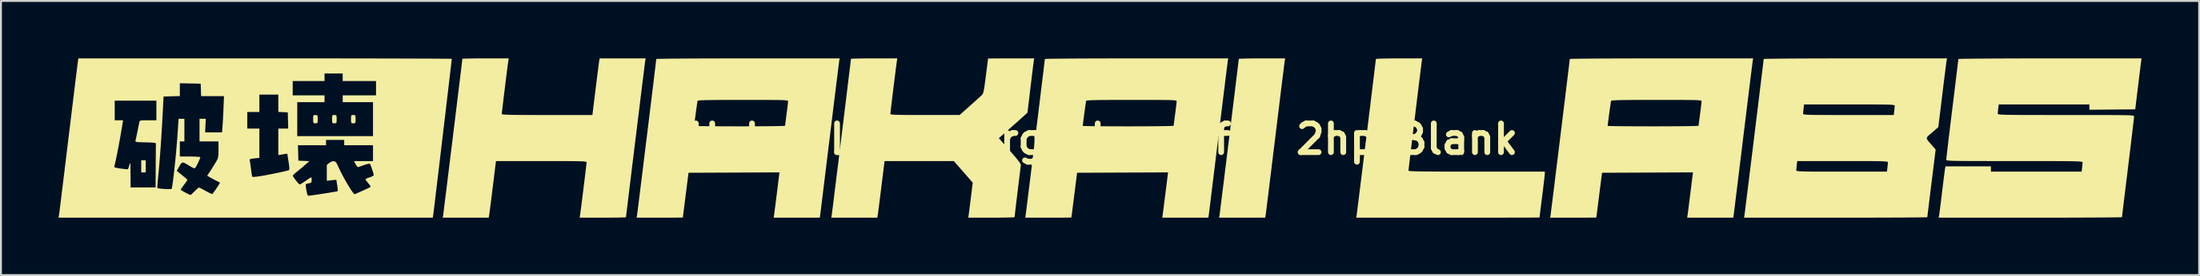
<source format=kicad_pcb>
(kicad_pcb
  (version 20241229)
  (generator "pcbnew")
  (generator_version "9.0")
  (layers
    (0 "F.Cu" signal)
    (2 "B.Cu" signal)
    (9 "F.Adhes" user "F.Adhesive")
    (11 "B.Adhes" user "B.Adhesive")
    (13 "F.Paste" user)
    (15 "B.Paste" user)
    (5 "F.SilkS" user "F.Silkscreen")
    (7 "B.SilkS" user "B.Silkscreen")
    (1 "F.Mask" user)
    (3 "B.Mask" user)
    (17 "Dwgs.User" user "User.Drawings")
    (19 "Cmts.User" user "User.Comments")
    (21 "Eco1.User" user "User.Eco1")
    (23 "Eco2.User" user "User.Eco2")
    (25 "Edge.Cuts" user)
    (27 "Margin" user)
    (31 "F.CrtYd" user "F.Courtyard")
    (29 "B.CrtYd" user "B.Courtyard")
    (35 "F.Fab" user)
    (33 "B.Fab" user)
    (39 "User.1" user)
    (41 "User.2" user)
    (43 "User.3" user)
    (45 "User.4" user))
  (footprint "Hakai Labs Large Logo for 2hp Blank"
    (layer "F.Cu")
    (at 54.393 4.22)
    (property "Reference" "Hakai Labs Large Logo for 2hp Blank" (at 0 0 0) (layer "F.SilkS") (effects (font (size 1.5 1.5) (thickness 0.3))))
    (attr board_only exclude_from_pos_files exclude_from_bom)
    (fp_poly (pts (xy -49.853 1.42) (xy -49.853 1.735) (xy -49.972 1.735) (xy -50.09 1.735) (xy -50.09 1.42) (xy -50.09 1.104) (xy -49.972 1.104) (xy -49.853 1.104)) (stroke (width 0) (type solid)) (fill yes) (layer "F.SilkS"))
    (fp_poly (pts (xy -40.951 -1.258) (xy -40.916 -1.235) (xy -40.902 -1.171) (xy -40.9 -1.049) (xy -40.9 -1.045) (xy -40.902 -0.921) (xy -40.915 -0.857) (xy -40.95 -0.832) (xy -41.017 -0.828) (xy -41.019 -0.828) (xy -41.086 -0.832) (xy -41.121 -0.856) (xy -41.135 -0.919) (xy -41.137 -1.042) (xy -41.137 -1.045) (xy -41.135 -1.169) (xy -41.122 -1.234) (xy -41.087 -1.258) (xy -41.02 -1.262) (xy -41.019 -1.262)) (stroke (width 0) (type solid)) (fill yes) (layer "F.SilkS"))
    (fp_poly (pts (xy -39.965 -1.258) (xy -39.93 -1.235) (xy -39.916 -1.171) (xy -39.914 -1.049) (xy -39.914 -1.045) (xy -39.916 -0.921) (xy -39.929 -0.857) (xy -39.964 -0.832) (xy -40.031 -0.828) (xy -40.033 -0.828) (xy -40.1 -0.832) (xy -40.135 -0.856) (xy -40.149 -0.919) (xy -40.151 -1.042) (xy -40.151 -1.045) (xy -40.149 -1.169) (xy -40.136 -1.234) (xy -40.101 -1.258) (xy -40.034 -1.262) (xy -40.033 -1.262)) (stroke (width 0) (type solid)) (fill yes) (layer "F.SilkS"))
    (fp_poly (pts (xy -38.979 -1.258) (xy -38.944 -1.235) (xy -38.93 -1.171) (xy -38.928 -1.049) (xy -38.928 -1.045) (xy -38.93 -0.921) (xy -38.943 -0.857) (xy -38.978 -0.832) (xy -39.045 -0.828) (xy -39.047 -0.828) (xy -39.114 -0.832) (xy -39.149 -0.856) (xy -39.163 -0.919) (xy -39.165 -1.042) (xy -39.165 -1.045) (xy -39.163 -1.169) (xy -39.15 -1.234) (xy -39.115 -1.258) (xy -39.048 -1.262) (xy -39.047 -1.262)) (stroke (width 0) (type solid)) (fill yes) (layer "F.SilkS"))
    (fp_poly (pts (xy 9.45 -4.072) (xy 9.442 -4.013) (xy 9.425 -3.881) (xy 9.4 -3.681) (xy 9.368 -3.42) (xy 9.328 -3.103) (xy 9.283 -2.735) (xy 9.232 -2.322) (xy 9.177 -1.869) (xy 9.117 -1.383) (xy 9.054 -0.867) (xy 8.988 -0.329) (xy 8.953 -0.039) (xy 8.886 0.508) (xy 8.822 1.035) (xy 8.761 1.536) (xy 8.703 2.006) (xy 8.65 2.439) (xy 8.602 2.829) (xy 8.559 3.172) (xy 8.523 3.461) (xy 8.495 3.691) (xy 8.474 3.857) (xy 8.461 3.953) (xy 8.458 3.974) (xy 8.437 4.102) (xy 7.237 4.102) (xy 6.036 4.102) (xy 6.056 3.993) (xy 6.063 3.942) (xy 6.079 3.819) (xy 6.102 3.631) (xy 6.133 3.384) (xy 6.17 3.085) (xy 6.213 2.74) (xy 6.261 2.355) (xy 6.312 1.936) (xy 6.367 1.491) (xy 6.425 1.024) (xy 6.484 0.543) (xy 6.544 0.053) (xy 6.604 -0.438) (xy 6.664 -0.925) (xy 6.722 -1.401) (xy 6.778 -1.861) (xy 6.832 -2.297) (xy 6.881 -2.703) (xy 6.926 -3.074) (xy 6.966 -3.402) (xy 7 -3.682) (xy 7.027 -3.907) (xy 7.046 -4.071) (xy 7.058 -4.167) (xy 7.06 -4.191) (xy 7.098 -4.198) (xy 7.205 -4.205) (xy 7.372 -4.211) (xy 7.589 -4.215) (xy 7.847 -4.218) (xy 8.136 -4.22) (xy 8.266 -4.22) (xy 9.473 -4.22)) (stroke (width 0) (type solid)) (fill yes) (layer "F.SilkS"))
    (fp_poly (pts (xy 16.586 -4.053) (xy 16.575 -3.968) (xy 16.556 -3.817) (xy 16.53 -3.607) (xy 16.498 -3.346) (xy 16.46 -3.04) (xy 16.418 -2.699) (xy 16.373 -2.328) (xy 16.325 -1.937) (xy 16.276 -1.532) (xy 16.226 -1.121) (xy 16.177 -0.712) (xy 16.128 -0.312) (xy 16.082 0.071) (xy 16.039 0.43) (xy 16 0.757) (xy 15.965 1.044) (xy 15.937 1.284) (xy 15.915 1.469) (xy 15.901 1.592) (xy 15.895 1.645) (xy 15.895 1.647) (xy 15.909 1.655) (xy 15.956 1.663) (xy 16.039 1.67) (xy 16.162 1.676) (xy 16.329 1.681) (xy 16.544 1.685) (xy 16.811 1.688) (xy 17.135 1.691) (xy 17.519 1.693) (xy 17.968 1.695) (xy 18.485 1.695) (xy 19.074 1.696) (xy 19.444 1.696) (xy 22.994 1.696) (xy 22.994 1.804) (xy 22.989 1.871) (xy 22.975 2.005) (xy 22.954 2.194) (xy 22.926 2.428) (xy 22.894 2.694) (xy 22.858 2.983) (xy 22.856 2.998) (xy 22.82 3.28) (xy 22.788 3.536) (xy 22.76 3.756) (xy 22.739 3.928) (xy 22.724 4.043) (xy 22.718 4.091) (xy 22.718 4.092) (xy 22.68 4.093) (xy 22.567 4.094) (xy 22.385 4.096) (xy 22.138 4.097) (xy 21.832 4.098) (xy 21.471 4.099) (xy 21.06 4.099) (xy 20.603 4.1) (xy 20.107 4.101) (xy 19.574 4.101) (xy 19.011 4.102) (xy 18.421 4.102) (xy 17.947 4.102) (xy 13.175 4.102) (xy 13.195 3.993) (xy 13.202 3.941) (xy 13.218 3.818) (xy 13.241 3.629) (xy 13.272 3.382) (xy 13.31 3.083) (xy 13.352 2.737) (xy 13.4 2.351) (xy 13.452 1.933) (xy 13.507 1.487) (xy 13.564 1.02) (xy 13.624 0.538) (xy 13.684 0.049) (xy 13.744 -0.442) (xy 13.804 -0.929) (xy 13.862 -1.405) (xy 13.918 -1.865) (xy 13.971 -2.3) (xy 14.021 -2.706) (xy 14.066 -3.076) (xy 14.106 -3.404) (xy 14.139 -3.683) (xy 14.166 -3.907) (xy 14.186 -4.069) (xy 14.196 -4.164) (xy 14.199 -4.187) (xy 14.237 -4.195) (xy 14.344 -4.203) (xy 14.511 -4.209) (xy 14.728 -4.214) (xy 14.986 -4.218) (xy 15.275 -4.22) (xy 15.404 -4.22) (xy 16.609 -4.22)) (stroke (width 0) (type solid)) (fill yes) (layer "F.SilkS"))
    (fp_poly (pts (xy -30.978 -4.072) (xy -30.989 -3.989) (xy -31.009 -3.844) (xy -31.034 -3.648) (xy -31.064 -3.412) (xy -31.097 -3.148) (xy -31.132 -2.866) (xy -31.167 -2.578) (xy -31.202 -2.294) (xy -31.234 -2.026) (xy -31.263 -1.786) (xy -31.287 -1.584) (xy -31.305 -1.431) (xy -31.314 -1.338) (xy -31.316 -1.317) (xy -31.306 -1.305) (xy -31.272 -1.295) (xy -31.208 -1.287) (xy -31.109 -1.28) (xy -30.97 -1.275) (xy -30.785 -1.27) (xy -30.549 -1.267) (xy -30.256 -1.265) (xy -29.9 -1.263) (xy -29.477 -1.262) (xy -28.981 -1.262) (xy -28.957 -1.262) (xy -26.597 -1.262) (xy -26.431 -2.613) (xy -26.391 -2.936) (xy -26.353 -3.239) (xy -26.318 -3.512) (xy -26.288 -3.744) (xy -26.265 -3.926) (xy -26.248 -4.047) (xy -26.242 -4.092) (xy -26.219 -4.22) (xy -25.022 -4.22) (xy -23.824 -4.22) (xy -23.844 -4.112) (xy -23.851 -4.061) (xy -23.866 -3.939) (xy -23.89 -3.752) (xy -23.92 -3.506) (xy -23.957 -3.207) (xy -24 -2.862) (xy -24.048 -2.478) (xy -24.099 -2.06) (xy -24.154 -1.614) (xy -24.211 -1.148) (xy -24.27 -0.667) (xy -24.33 -0.177) (xy -24.391 0.314) (xy -24.45 0.801) (xy -24.509 1.278) (xy -24.565 1.738) (xy -24.618 2.174) (xy -24.668 2.581) (xy -24.713 2.953) (xy -24.753 3.282) (xy -24.787 3.563) (xy -24.814 3.789) (xy -24.834 3.954) (xy -24.845 4.052) (xy -24.848 4.077) (xy -24.886 4.083) (xy -24.993 4.089) (xy -25.16 4.094) (xy -25.377 4.098) (xy -25.635 4.1) (xy -25.924 4.102) (xy -26.054 4.102) (xy -27.261 4.102) (xy -27.237 3.954) (xy -27.225 3.864) (xy -27.205 3.714) (xy -27.179 3.513) (xy -27.148 3.274) (xy -27.115 3.007) (xy -27.08 2.724) (xy -27.044 2.435) (xy -27.009 2.153) (xy -26.977 1.888) (xy -26.949 1.651) (xy -26.925 1.453) (xy -26.909 1.307) (xy -26.9 1.222) (xy -26.899 1.207) (xy -26.904 1.194) (xy -26.925 1.183) (xy -26.966 1.173) (xy -27.033 1.165) (xy -27.132 1.159) (xy -27.27 1.154) (xy -27.451 1.15) (xy -27.682 1.148) (xy -27.968 1.146) (xy -28.315 1.145) (xy -28.729 1.144) (xy -29.216 1.144) (xy -29.258 1.144) (xy -31.618 1.144) (xy -31.784 2.495) (xy -31.824 2.818) (xy -31.862 3.121) (xy -31.897 3.394) (xy -31.926 3.626) (xy -31.95 3.808) (xy -31.966 3.929) (xy -31.973 3.974) (xy -31.995 4.102) (xy -33.193 4.102) (xy -34.391 4.102) (xy -34.371 3.993) (xy -34.364 3.943) (xy -34.349 3.821) (xy -34.325 3.633) (xy -34.295 3.387) (xy -34.258 3.089) (xy -34.215 2.744) (xy -34.167 2.36) (xy -34.116 1.941) (xy -34.061 1.496) (xy -34.004 1.03) (xy -33.944 0.548) (xy -33.884 0.059) (xy -33.824 -0.432) (xy -33.764 -0.92) (xy -33.706 -1.396) (xy -33.65 -1.856) (xy -33.597 -2.293) (xy -33.547 -2.7) (xy -33.502 -3.071) (xy -33.462 -3.4) (xy -33.428 -3.681) (xy -33.401 -3.907) (xy -33.381 -4.073) (xy -33.37 -4.17) (xy -33.367 -4.196) (xy -33.329 -4.202) (xy -33.222 -4.207) (xy -33.055 -4.212) (xy -32.838 -4.216) (xy -32.58 -4.219) (xy -32.291 -4.22) (xy -32.161 -4.22) (xy -30.954 -4.22)) (stroke (width 0) (type solid)) (fill yes) (layer "F.SilkS"))
    (fp_poly (pts (xy -10.744 -4.072) (xy -10.756 -3.989) (xy -10.775 -3.844) (xy -10.801 -3.648) (xy -10.83 -3.412) (xy -10.863 -3.148) (xy -10.898 -2.866) (xy -10.934 -2.578) (xy -10.969 -2.294) (xy -11.001 -2.026) (xy -11.03 -1.786) (xy -11.054 -1.584) (xy -11.071 -1.431) (xy -11.081 -1.338) (xy -11.083 -1.317) (xy -11.072 -1.304) (xy -11.036 -1.293) (xy -10.969 -1.284) (xy -10.863 -1.277) (xy -10.714 -1.271) (xy -10.515 -1.268) (xy -10.259 -1.265) (xy -9.94 -1.263) (xy -9.553 -1.263) (xy -9.278 -1.263) (xy -7.474 -1.264) (xy -6.942 -1.739) (xy -6.764 -1.898) (xy -6.6 -2.045) (xy -6.463 -2.17) (xy -6.363 -2.261) (xy -6.317 -2.304) (xy -6.286 -2.34) (xy -6.26 -2.388) (xy -6.237 -2.459) (xy -6.214 -2.562) (xy -6.189 -2.708) (xy -6.161 -2.908) (xy -6.126 -3.172) (xy -6.11 -3.298) (xy -6.077 -3.555) (xy -6.048 -3.784) (xy -6.024 -3.975) (xy -6.007 -4.116) (xy -5.997 -4.196) (xy -5.995 -4.21) (xy -5.957 -4.213) (xy -5.85 -4.215) (xy -5.683 -4.217) (xy -5.466 -4.218) (xy -5.208 -4.22) (xy -4.919 -4.22) (xy -4.793 -4.22) (xy -3.591 -4.22) (xy -3.61 -4.112) (xy -3.619 -4.047) (xy -3.637 -3.915) (xy -3.661 -3.724) (xy -3.69 -3.485) (xy -3.724 -3.208) (xy -3.761 -2.904) (xy -3.786 -2.693) (xy -3.943 -1.383) (xy -4.111 -1.23) (xy -4.195 -1.155) (xy -4.324 -1.038) (xy -4.487 -0.893) (xy -4.67 -0.729) (xy -4.856 -0.564) (xy -5.433 -0.051) (xy -4.853 0.611) (xy -4.647 0.848) (xy -4.492 1.033) (xy -4.384 1.172) (xy -4.317 1.271) (xy -4.288 1.335) (xy -4.286 1.356) (xy -4.294 1.415) (xy -4.31 1.54) (xy -4.332 1.718) (xy -4.36 1.939) (xy -4.391 2.192) (xy -4.424 2.466) (xy -4.458 2.75) (xy -4.492 3.032) (xy -4.525 3.302) (xy -4.554 3.547) (xy -4.579 3.759) (xy -4.598 3.924) (xy -4.611 4.032) (xy -4.615 4.072) (xy -4.652 4.08) (xy -4.76 4.086) (xy -4.927 4.092) (xy -5.144 4.097) (xy -5.402 4.1) (xy -5.691 4.102) (xy -5.82 4.102) (xy -7.025 4.102) (xy -7.001 3.934) (xy -6.989 3.842) (xy -6.969 3.687) (xy -6.943 3.486) (xy -6.914 3.253) (xy -6.885 3.019) (xy -6.794 2.271) (xy -7.285 1.707) (xy -7.776 1.144) (xy -9.58 1.144) (xy -11.384 1.144) (xy -11.551 2.495) (xy -11.591 2.818) (xy -11.629 3.121) (xy -11.663 3.394) (xy -11.693 3.626) (xy -11.717 3.808) (xy -11.733 3.929) (xy -11.74 3.974) (xy -11.762 4.102) (xy -12.96 4.102) (xy -14.157 4.102) (xy -14.138 3.993) (xy -14.131 3.943) (xy -14.116 3.821) (xy -14.092 3.633) (xy -14.061 3.387) (xy -14.024 3.089) (xy -13.982 2.744) (xy -13.934 2.36) (xy -13.883 1.941) (xy -13.828 1.496) (xy -13.77 1.03) (xy -13.711 0.548) (xy -13.651 0.059) (xy -13.591 -0.432) (xy -13.531 -0.92) (xy -13.473 -1.396) (xy -13.417 -1.856) (xy -13.363 -2.293) (xy -13.314 -2.7) (xy -13.269 -3.071) (xy -13.229 -3.4) (xy -13.195 -3.681) (xy -13.167 -3.907) (xy -13.148 -4.073) (xy -13.136 -4.17) (xy -13.134 -4.196) (xy -13.096 -4.202) (xy -12.989 -4.207) (xy -12.822 -4.212) (xy -12.605 -4.216) (xy -12.347 -4.219) (xy -12.058 -4.22) (xy -11.927 -4.22) (xy -10.721 -4.22)) (stroke (width 0) (type solid)) (fill yes) (layer "F.SilkS"))
    (fp_poly (pts (xy -13.744 -4.092) (xy -13.752 -4.035) (xy -13.768 -3.906) (xy -13.793 -3.709) (xy -13.825 -3.451) (xy -13.864 -3.136) (xy -13.91 -2.771) (xy -13.96 -2.36) (xy -14.016 -1.909) (xy -14.075 -1.425) (xy -14.138 -0.911) (xy -14.204 -0.375) (xy -14.237 -0.099) (xy -14.304 0.449) (xy -14.369 0.976) (xy -14.43 1.478) (xy -14.488 1.949) (xy -14.541 2.384) (xy -14.589 2.776) (xy -14.631 3.121) (xy -14.667 3.413) (xy -14.696 3.646) (xy -14.717 3.815) (xy -14.73 3.913) (xy -14.732 3.934) (xy -14.756 4.102) (xy -15.957 4.102) (xy -17.158 4.102) (xy -17.135 3.954) (xy -17.125 3.875) (xy -17.106 3.731) (xy -17.08 3.532) (xy -17.05 3.292) (xy -17.016 3.022) (xy -16.984 2.77) (xy -16.856 1.735) (xy -19.224 1.745) (xy -21.592 1.755) (xy -21.739 2.919) (xy -21.776 3.212) (xy -21.81 3.479) (xy -21.839 3.709) (xy -21.863 3.894) (xy -21.879 4.023) (xy -21.887 4.087) (xy -21.888 4.092) (xy -21.926 4.094) (xy -22.034 4.097) (xy -22.201 4.099) (xy -22.419 4.1) (xy -22.677 4.101) (xy -22.966 4.102) (xy -23.092 4.102) (xy -24.294 4.102) (xy -24.274 3.993) (xy -24.267 3.942) (xy -24.251 3.818) (xy -24.228 3.63) (xy -24.197 3.383) (xy -24.16 3.084) (xy -24.117 2.738) (xy -24.069 2.353) (xy -24.017 1.934) (xy -23.962 1.489) (xy -23.905 1.022) (xy -23.846 0.541) (xy -23.786 0.051) (xy -23.725 -0.44) (xy -23.694 -0.694) (xy -21.298 -0.694) (xy -21.26 -0.69) (xy -21.149 -0.686) (xy -20.974 -0.682) (xy -20.74 -0.679) (xy -20.454 -0.676) (xy -20.124 -0.674) (xy -19.755 -0.672) (xy -19.356 -0.671) (xy -18.932 -0.67) (xy -18.932 -0.67) (xy -18.508 -0.671) (xy -18.108 -0.672) (xy -17.74 -0.675) (xy -17.409 -0.677) (xy -17.123 -0.681) (xy -16.889 -0.685) (xy -16.714 -0.69) (xy -16.603 -0.695) (xy -16.565 -0.7) (xy -16.56 -0.748) (xy -16.546 -0.859) (xy -16.525 -1.02) (xy -16.499 -1.215) (xy -16.486 -1.316) (xy -16.458 -1.527) (xy -16.435 -1.715) (xy -16.418 -1.864) (xy -16.408 -1.957) (xy -16.407 -1.976) (xy -16.41 -1.992) (xy -16.42 -2.005) (xy -16.445 -2.016) (xy -16.491 -2.025) (xy -16.562 -2.033) (xy -16.666 -2.038) (xy -16.807 -2.043) (xy -16.992 -2.046) (xy -17.227 -2.048) (xy -17.517 -2.05) (xy -17.869 -2.051) (xy -18.288 -2.051) (xy -18.755 -2.051) (xy -19.266 -2.051) (xy -19.702 -2.05) (xy -20.069 -2.048) (xy -20.372 -2.045) (xy -20.616 -2.041) (xy -20.806 -2.036) (xy -20.946 -2.03) (xy -21.042 -2.022) (xy -21.098 -2.013) (xy -21.12 -2.002) (xy -21.12 -2.002) (xy -21.13 -1.952) (xy -21.147 -1.84) (xy -21.17 -1.683) (xy -21.196 -1.497) (xy -21.223 -1.299) (xy -21.249 -1.104) (xy -21.271 -0.93) (xy -21.288 -0.793) (xy -21.297 -0.71) (xy -21.298 -0.694) (xy -23.694 -0.694) (xy -23.666 -0.927) (xy -23.607 -1.404) (xy -23.551 -1.863) (xy -23.498 -2.299) (xy -23.448 -2.705) (xy -23.403 -3.075) (xy -23.364 -3.403) (xy -23.33 -3.682) (xy -23.303 -3.907) (xy -23.284 -4.07) (xy -23.273 -4.166) (xy -23.27 -4.189) (xy -23.232 -4.193) (xy -23.119 -4.197) (xy -22.937 -4.2) (xy -22.69 -4.204) (xy -22.384 -4.207) (xy -22.023 -4.21) (xy -21.612 -4.213) (xy -21.156 -4.215) (xy -20.659 -4.217) (xy -20.126 -4.218) (xy -19.563 -4.219) (xy -18.973 -4.22) (xy -18.496 -4.22) (xy -13.722 -4.22)) (stroke (width 0) (type solid)) (fill yes) (layer "F.SilkS"))
    (fp_poly (pts (xy 6.489 -4.092) (xy 6.482 -4.035) (xy 6.465 -3.906) (xy 6.44 -3.709) (xy 6.408 -3.451) (xy 6.369 -3.136) (xy 6.324 -2.771) (xy 6.273 -2.36) (xy 6.218 -1.909) (xy 6.158 -1.425) (xy 6.095 -0.911) (xy 6.03 -0.375) (xy 5.996 -0.099) (xy 5.929 0.449) (xy 5.865 0.976) (xy 5.803 1.478) (xy 5.746 1.949) (xy 5.692 2.384) (xy 5.644 2.776) (xy 5.602 3.121) (xy 5.566 3.413) (xy 5.537 3.646) (xy 5.516 3.815) (xy 5.504 3.913) (xy 5.501 3.934) (xy 5.477 4.102) (xy 4.276 4.102) (xy 3.075 4.102) (xy 3.098 3.954) (xy 3.109 3.875) (xy 3.128 3.731) (xy 3.153 3.532) (xy 3.183 3.292) (xy 3.217 3.022) (xy 3.249 2.77) (xy 3.378 1.735) (xy 1.009 1.745) (xy -1.359 1.755) (xy -1.506 2.919) (xy -1.543 3.212) (xy -1.577 3.479) (xy -1.606 3.709) (xy -1.629 3.894) (xy -1.646 4.023) (xy -1.654 4.087) (xy -1.655 4.092) (xy -1.693 4.094) (xy -1.801 4.097) (xy -1.968 4.099) (xy -2.185 4.1) (xy -2.443 4.101) (xy -2.732 4.102) (xy -2.858 4.102) (xy -4.06 4.102) (xy -4.041 3.993) (xy -4.034 3.942) (xy -4.018 3.818) (xy -3.994 3.63) (xy -3.964 3.383) (xy -3.926 3.084) (xy -3.884 2.738) (xy -3.836 2.353) (xy -3.784 1.934) (xy -3.729 1.489) (xy -3.672 1.022) (xy -3.613 0.541) (xy -3.552 0.051) (xy -3.492 -0.44) (xy -3.461 -0.694) (xy -1.065 -0.694) (xy -1.027 -0.69) (xy -0.916 -0.686) (xy -0.741 -0.682) (xy -0.507 -0.679) (xy -0.221 -0.676) (xy 0.11 -0.674) (xy 0.478 -0.672) (xy 0.878 -0.671) (xy 1.302 -0.67) (xy 1.302 -0.67) (xy 1.726 -0.671) (xy 2.125 -0.672) (xy 2.494 -0.675) (xy 2.824 -0.677) (xy 3.11 -0.681) (xy 3.344 -0.685) (xy 3.52 -0.69) (xy 3.63 -0.695) (xy 3.668 -0.7) (xy 3.673 -0.748) (xy 3.687 -0.859) (xy 3.708 -1.02) (xy 3.734 -1.215) (xy 3.747 -1.316) (xy 3.775 -1.527) (xy 3.798 -1.715) (xy 3.816 -1.864) (xy 3.825 -1.957) (xy 3.826 -1.976) (xy 3.824 -1.992) (xy 3.813 -2.005) (xy 3.788 -2.016) (xy 3.743 -2.025) (xy 3.671 -2.033) (xy 3.568 -2.038) (xy 3.426 -2.043) (xy 3.241 -2.046) (xy 3.006 -2.048) (xy 2.716 -2.05) (xy 2.364 -2.051) (xy 1.945 -2.051) (xy 1.478 -2.051) (xy 0.968 -2.051) (xy 0.531 -2.05) (xy 0.164 -2.048) (xy -0.139 -2.045) (xy -0.383 -2.041) (xy -0.572 -2.036) (xy -0.713 -2.03) (xy -0.809 -2.022) (xy -0.865 -2.013) (xy -0.887 -2.002) (xy -0.887 -2.002) (xy -0.897 -1.952) (xy -0.914 -1.84) (xy -0.936 -1.683) (xy -0.962 -1.497) (xy -0.989 -1.299) (xy -1.015 -1.104) (xy -1.038 -0.93) (xy -1.055 -0.793) (xy -1.064 -0.71) (xy -1.065 -0.694) (xy -3.461 -0.694) (xy -3.432 -0.927) (xy -3.374 -1.404) (xy -3.318 -1.863) (xy -3.265 -2.299) (xy -3.215 -2.705) (xy -3.17 -3.075) (xy -3.13 -3.403) (xy -3.097 -3.682) (xy -3.07 -3.907) (xy -3.05 -4.07) (xy -3.039 -4.166) (xy -3.037 -4.189) (xy -2.998 -4.193) (xy -2.886 -4.197) (xy -2.704 -4.2) (xy -2.457 -4.204) (xy -2.151 -4.207) (xy -1.79 -4.21) (xy -1.379 -4.213) (xy -0.922 -4.215) (xy -0.425 -4.217) (xy 0.107 -4.218) (xy 0.671 -4.219) (xy 1.26 -4.22) (xy 1.737 -4.22) (xy 6.511 -4.22)) (stroke (width 0) (type solid)) (fill yes) (layer "F.SilkS"))
    (fp_poly (pts (xy 33.822 -4.092) (xy 33.814 -4.035) (xy 33.798 -3.906) (xy 33.773 -3.709) (xy 33.74 -3.451) (xy 33.701 -3.136) (xy 33.656 -2.771) (xy 33.606 -2.36) (xy 33.55 -1.909) (xy 33.491 -1.425) (xy 33.428 -0.911) (xy 33.362 -0.375) (xy 33.328 -0.099) (xy 33.262 0.449) (xy 33.197 0.976) (xy 33.136 1.478) (xy 33.078 1.949) (xy 33.025 2.384) (xy 32.977 2.776) (xy 32.934 3.121) (xy 32.898 3.413) (xy 32.87 3.646) (xy 32.849 3.815) (xy 32.836 3.913) (xy 32.834 3.934) (xy 32.81 4.102) (xy 31.609 4.102) (xy 30.408 4.102) (xy 30.43 3.954) (xy 30.441 3.875) (xy 30.46 3.731) (xy 30.486 3.532) (xy 30.516 3.292) (xy 30.55 3.022) (xy 30.581 2.77) (xy 30.71 1.735) (xy 28.342 1.745) (xy 25.974 1.755) (xy 25.827 2.919) (xy 25.79 3.212) (xy 25.756 3.479) (xy 25.727 3.709) (xy 25.703 3.894) (xy 25.687 4.023) (xy 25.679 4.087) (xy 25.678 4.092) (xy 25.64 4.094) (xy 25.532 4.097) (xy 25.365 4.099) (xy 25.147 4.1) (xy 24.889 4.101) (xy 24.6 4.102) (xy 24.474 4.102) (xy 23.272 4.102) (xy 23.292 3.993) (xy 23.299 3.942) (xy 23.314 3.818) (xy 23.338 3.63) (xy 23.369 3.383) (xy 23.406 3.084) (xy 23.449 2.738) (xy 23.497 2.353) (xy 23.548 1.934) (xy 23.603 1.489) (xy 23.661 1.022) (xy 23.72 0.541) (xy 23.78 0.051) (xy 23.84 -0.44) (xy 23.872 -0.694) (xy 26.268 -0.694) (xy 26.306 -0.69) (xy 26.416 -0.686) (xy 26.592 -0.682) (xy 26.826 -0.679) (xy 27.112 -0.676) (xy 27.442 -0.674) (xy 27.811 -0.672) (xy 28.21 -0.671) (xy 28.634 -0.67) (xy 28.634 -0.67) (xy 29.058 -0.671) (xy 29.458 -0.672) (xy 29.826 -0.675) (xy 30.157 -0.677) (xy 30.442 -0.681) (xy 30.676 -0.685) (xy 30.852 -0.69) (xy 30.963 -0.695) (xy 31.001 -0.7) (xy 31.006 -0.748) (xy 31.02 -0.859) (xy 31.041 -1.02) (xy 31.066 -1.215) (xy 31.08 -1.316) (xy 31.108 -1.527) (xy 31.131 -1.715) (xy 31.148 -1.864) (xy 31.157 -1.957) (xy 31.158 -1.976) (xy 31.156 -1.992) (xy 31.145 -2.005) (xy 31.12 -2.016) (xy 31.075 -2.025) (xy 31.004 -2.033) (xy 30.9 -2.038) (xy 30.759 -2.043) (xy 30.574 -2.046) (xy 30.339 -2.048) (xy 30.049 -2.05) (xy 29.697 -2.051) (xy 29.277 -2.051) (xy 28.81 -2.051) (xy 28.3 -2.051) (xy 27.864 -2.05) (xy 27.497 -2.048) (xy 27.194 -2.045) (xy 26.95 -2.041) (xy 26.76 -2.036) (xy 26.62 -2.03) (xy 26.524 -2.022) (xy 26.468 -2.013) (xy 26.446 -2.002) (xy 26.445 -2.002) (xy 26.436 -1.952) (xy 26.419 -1.84) (xy 26.396 -1.683) (xy 26.37 -1.497) (xy 26.343 -1.299) (xy 26.317 -1.104) (xy 26.295 -0.93) (xy 26.278 -0.793) (xy 26.269 -0.71) (xy 26.268 -0.694) (xy 23.872 -0.694) (xy 23.9 -0.927) (xy 23.958 -1.404) (xy 24.015 -1.863) (xy 24.068 -2.299) (xy 24.117 -2.705) (xy 24.162 -3.075) (xy 24.202 -3.403) (xy 24.236 -3.682) (xy 24.263 -3.907) (xy 24.282 -4.07) (xy 24.293 -4.166) (xy 24.296 -4.189) (xy 24.334 -4.193) (xy 24.447 -4.197) (xy 24.629 -4.2) (xy 24.876 -4.204) (xy 25.182 -4.207) (xy 25.543 -4.21) (xy 25.954 -4.213) (xy 26.41 -4.215) (xy 26.907 -4.217) (xy 27.44 -4.218) (xy 28.003 -4.219) (xy 28.593 -4.22) (xy 29.07 -4.22) (xy 33.844 -4.22)) (stroke (width 0) (type solid)) (fill yes) (layer "F.SilkS"))
    (fp_poly (pts (xy 43.92 -4.131) (xy 43.912 -4.075) (xy 43.895 -3.948) (xy 43.871 -3.76) (xy 43.84 -3.519) (xy 43.804 -3.234) (xy 43.764 -2.913) (xy 43.721 -2.564) (xy 43.694 -2.336) (xy 43.485 -0.63) (xy 43.16 -0.348) (xy 43.022 -0.23) (xy 42.931 -0.145) (xy 42.887 -0.077) (xy 42.89 -0.01) (xy 42.941 0.073) (xy 43.038 0.189) (xy 43.159 0.326) (xy 43.346 0.542) (xy 43.129 2.296) (xy 43.084 2.66) (xy 43.042 2.999) (xy 43.005 3.305) (xy 42.972 3.572) (xy 42.946 3.79) (xy 42.926 3.952) (xy 42.915 4.05) (xy 42.912 4.077) (xy 42.873 4.08) (xy 42.76 4.083) (xy 42.578 4.086) (xy 42.332 4.089) (xy 42.026 4.091) (xy 41.665 4.094) (xy 41.254 4.096) (xy 40.797 4.098) (xy 40.3 4.099) (xy 39.768 4.1) (xy 39.204 4.101) (xy 38.615 4.102) (xy 38.14 4.102) (xy 33.369 4.102) (xy 33.388 3.993) (xy 33.395 3.941) (xy 33.411 3.818) (xy 33.435 3.629) (xy 33.466 3.382) (xy 33.503 3.082) (xy 33.546 2.737) (xy 33.594 2.351) (xy 33.645 1.933) (xy 33.683 1.627) (xy 36.089 1.627) (xy 36.092 1.641) (xy 36.107 1.654) (xy 36.139 1.664) (xy 36.193 1.672) (xy 36.276 1.679) (xy 36.394 1.684) (xy 36.551 1.689) (xy 36.756 1.692) (xy 37.012 1.694) (xy 37.326 1.695) (xy 37.703 1.696) (xy 38.151 1.696) (xy 38.449 1.696) (xy 40.81 1.696) (xy 40.835 1.489) (xy 40.85 1.357) (xy 40.859 1.25) (xy 40.861 1.213) (xy 40.857 1.198) (xy 40.842 1.186) (xy 40.811 1.176) (xy 40.756 1.168) (xy 40.673 1.161) (xy 40.556 1.155) (xy 40.398 1.151) (xy 40.194 1.148) (xy 39.938 1.146) (xy 39.624 1.145) (xy 39.246 1.144) (xy 38.799 1.144) (xy 38.5 1.144) (xy 36.139 1.144) (xy 36.114 1.351) (xy 36.1 1.483) (xy 36.091 1.59) (xy 36.089 1.627) (xy 33.683 1.627) (xy 33.7 1.487) (xy 33.758 1.02) (xy 33.817 0.539) (xy 33.877 0.049) (xy 33.938 -0.442) (xy 33.997 -0.929) (xy 34.046 -1.331) (xy 36.444 -1.331) (xy 36.447 -1.317) (xy 36.462 -1.305) (xy 36.494 -1.294) (xy 36.548 -1.286) (xy 36.631 -1.279) (xy 36.749 -1.274) (xy 36.906 -1.269) (xy 37.11 -1.266) (xy 37.367 -1.264) (xy 37.681 -1.263) (xy 38.058 -1.262) (xy 38.506 -1.262) (xy 38.804 -1.262) (xy 41.165 -1.262) (xy 41.19 -1.469) (xy 41.205 -1.601) (xy 41.214 -1.708) (xy 41.215 -1.745) (xy 41.212 -1.76) (xy 41.197 -1.772) (xy 41.166 -1.782) (xy 41.111 -1.791) (xy 41.028 -1.797) (xy 40.911 -1.803) (xy 40.753 -1.807) (xy 40.549 -1.81) (xy 40.293 -1.812) (xy 39.979 -1.813) (xy 39.601 -1.814) (xy 39.154 -1.814) (xy 38.855 -1.814) (xy 36.494 -1.814) (xy 36.469 -1.607) (xy 36.455 -1.475) (xy 36.446 -1.368) (xy 36.444 -1.331) (xy 34.046 -1.331) (xy 34.056 -1.405) (xy 34.112 -1.864) (xy 34.165 -2.3) (xy 34.214 -2.706) (xy 34.259 -3.076) (xy 34.299 -3.404) (xy 34.333 -3.683) (xy 34.36 -3.907) (xy 34.379 -4.07) (xy 34.39 -4.165) (xy 34.393 -4.188) (xy 34.431 -4.192) (xy 34.544 -4.196) (xy 34.726 -4.2) (xy 34.972 -4.203) (xy 35.279 -4.207) (xy 35.64 -4.21) (xy 36.051 -4.212) (xy 36.507 -4.215) (xy 37.004 -4.217) (xy 37.537 -4.218) (xy 38.1 -4.219) (xy 38.69 -4.22) (xy 39.166 -4.22) (xy 43.939 -4.22)) (stroke (width 0) (type solid)) (fill yes) (layer "F.SilkS"))
    (fp_poly (pts (xy 54.046 -4.069) (xy 54.036 -3.992) (xy 54.018 -3.848) (xy 53.993 -3.648) (xy 53.963 -3.404) (xy 53.929 -3.126) (xy 53.893 -2.826) (xy 53.882 -2.738) (xy 53.738 -1.558) (xy 52.545 -1.547) (xy 51.352 -1.537) (xy 51.352 -1.676) (xy 51.352 -1.814) (xy 48.991 -1.814) (xy 46.63 -1.814) (xy 46.605 -1.607) (xy 46.591 -1.475) (xy 46.582 -1.368) (xy 46.58 -1.331) (xy 46.583 -1.319) (xy 46.596 -1.309) (xy 46.623 -1.3) (xy 46.67 -1.292) (xy 46.74 -1.285) (xy 46.839 -1.28) (xy 46.972 -1.275) (xy 47.143 -1.271) (xy 47.357 -1.268) (xy 47.619 -1.266) (xy 47.934 -1.264) (xy 48.306 -1.263) (xy 48.74 -1.263) (xy 49.241 -1.262) (xy 49.814 -1.262) (xy 50.13 -1.262) (xy 50.739 -1.262) (xy 51.274 -1.262) (xy 51.74 -1.262) (xy 52.142 -1.261) (xy 52.484 -1.26) (xy 52.771 -1.258) (xy 53.008 -1.256) (xy 53.2 -1.253) (xy 53.351 -1.249) (xy 53.466 -1.244) (xy 53.551 -1.238) (xy 53.61 -1.231) (xy 53.647 -1.222) (xy 53.668 -1.212) (xy 53.677 -1.201) (xy 53.679 -1.188) (xy 53.679 -1.182) (xy 53.674 -1.13) (xy 53.661 -1.007) (xy 53.639 -0.818) (xy 53.61 -0.572) (xy 53.575 -0.274) (xy 53.534 0.068) (xy 53.488 0.449) (xy 53.438 0.86) (xy 53.385 1.296) (xy 53.364 1.472) (xy 53.31 1.914) (xy 53.258 2.333) (xy 53.211 2.722) (xy 53.168 3.075) (xy 53.13 3.385) (xy 53.099 3.645) (xy 53.074 3.85) (xy 53.057 3.992) (xy 53.049 4.065) (xy 53.048 4.074) (xy 53.009 4.078) (xy 52.897 4.081) (xy 52.715 4.084) (xy 52.468 4.087) (xy 52.162 4.09) (xy 51.801 4.093) (xy 51.39 4.095) (xy 50.934 4.097) (xy 50.437 4.099) (xy 49.904 4.1) (xy 49.341 4.101) (xy 48.751 4.102) (xy 48.275 4.102) (xy 43.502 4.102) (xy 43.521 4.013) (xy 43.531 3.952) (xy 43.548 3.824) (xy 43.572 3.638) (xy 43.602 3.407) (xy 43.635 3.139) (xy 43.671 2.846) (xy 43.681 2.761) (xy 43.717 2.463) (xy 43.751 2.187) (xy 43.782 1.944) (xy 43.808 1.744) (xy 43.827 1.599) (xy 43.839 1.518) (xy 43.841 1.509) (xy 43.86 1.42) (xy 45.042 1.42) (xy 46.225 1.42) (xy 46.225 1.558) (xy 46.225 1.696) (xy 48.586 1.696) (xy 50.947 1.696) (xy 50.972 1.489) (xy 50.986 1.357) (xy 50.995 1.25) (xy 50.997 1.213) (xy 50.994 1.201) (xy 50.981 1.191) (xy 50.954 1.181) (xy 50.907 1.174) (xy 50.837 1.167) (xy 50.738 1.161) (xy 50.605 1.157) (xy 50.434 1.153) (xy 50.22 1.15) (xy 49.958 1.148) (xy 49.643 1.146) (xy 49.271 1.145) (xy 48.837 1.144) (xy 48.336 1.144) (xy 47.763 1.144) (xy 47.448 1.144) (xy 46.838 1.144) (xy 46.303 1.144) (xy 45.837 1.143) (xy 45.435 1.143) (xy 45.093 1.141) (xy 44.806 1.14) (xy 44.569 1.137) (xy 44.377 1.134) (xy 44.226 1.13) (xy 44.11 1.125) (xy 44.026 1.119) (xy 43.967 1.112) (xy 43.93 1.104) (xy 43.909 1.094) (xy 43.9 1.082) (xy 43.898 1.069) (xy 43.898 1.066) (xy 43.903 1.014) (xy 43.916 0.89) (xy 43.938 0.702) (xy 43.967 0.456) (xy 44.002 0.158) (xy 44.043 -0.184) (xy 44.089 -0.564) (xy 44.139 -0.975) (xy 44.192 -1.411) (xy 44.213 -1.583) (xy 44.268 -2.024) (xy 44.319 -2.443) (xy 44.366 -2.832) (xy 44.409 -3.185) (xy 44.447 -3.496) (xy 44.478 -3.757) (xy 44.503 -3.962) (xy 44.52 -4.104) (xy 44.528 -4.178) (xy 44.529 -4.186) (xy 44.568 -4.191) (xy 44.68 -4.195) (xy 44.862 -4.199) (xy 45.109 -4.202) (xy 45.416 -4.206) (xy 45.777 -4.209) (xy 46.189 -4.212) (xy 46.646 -4.214) (xy 47.144 -4.217) (xy 47.678 -4.218) (xy 48.243 -4.219) (xy 48.835 -4.22) (xy 49.297 -4.22) (xy 54.066 -4.22)) (stroke (width 0) (type solid)) (fill yes) (layer "F.SilkS"))
    (fp_poly (pts (xy -42.77 -4.22) (xy -41.921 -4.22) (xy -41.096 -4.219) (xy -40.299 -4.219) (xy -39.532 -4.218) (xy -38.801 -4.217) (xy -38.106 -4.216) (xy -37.453 -4.215) (xy -36.845 -4.213) (xy -36.284 -4.212) (xy -35.774 -4.21) (xy -35.319 -4.209) (xy -34.922 -4.207) (xy -34.586 -4.205) (xy -34.314 -4.203) (xy -34.111 -4.201) (xy -33.979 -4.199) (xy -33.922 -4.197) (xy -33.919 -4.196) (xy -33.924 -4.151) (xy -33.937 -4.034) (xy -33.958 -3.852) (xy -33.986 -3.61) (xy -34.02 -3.315) (xy -34.06 -2.974) (xy -34.105 -2.592) (xy -34.154 -2.176) (xy -34.206 -1.732) (xy -34.261 -1.267) (xy -34.318 -0.787) (xy -34.376 -0.298) (xy -34.434 0.193) (xy -34.492 0.681) (xy -34.548 1.158) (xy -34.603 1.618) (xy -34.655 2.056) (xy -34.704 2.464) (xy -34.749 2.837) (xy -34.788 3.168) (xy -34.822 3.451) (xy -34.85 3.68) (xy -34.87 3.847) (xy -34.883 3.947) (xy -34.887 3.974) (xy -34.909 4.102) (xy -44.651 4.102) (xy -54.393 4.102) (xy -54.371 3.974) (xy -54.364 3.917) (xy -54.347 3.788) (xy -54.323 3.591) (xy -54.29 3.332) (xy -54.252 3.017) (xy -54.207 2.652) (xy -54.193 2.539) (xy -49.251 2.539) (xy -49.249 2.551) (xy -49.196 2.568) (xy -49.089 2.584) (xy -48.95 2.598) (xy -48.8 2.606) (xy -48.662 2.61) (xy -48.557 2.606) (xy -48.508 2.595) (xy -48.507 2.594) (xy -48.489 2.532) (xy -48.466 2.401) (xy -48.439 2.211) (xy -48.408 1.97) (xy -48.376 1.69) (xy -48.342 1.378) (xy -48.309 1.045) (xy -48.276 0.699) (xy -48.246 0.352) (xy -48.218 0.012) (xy -48.195 -0.311) (xy -48.194 -0.325) (xy -48.144 -1.065) (xy -47.993 -1.065) (xy -47.842 -1.065) (xy -47.842 -0.473) (xy -47.842 0.118) (xy -47.96 0.118) (xy -48.079 0.118) (xy -48.079 0.513) (xy -48.079 0.907) (xy -47.546 0.907) (xy -47.351 0.91) (xy -47.189 0.916) (xy -47.072 0.926) (xy -47.016 0.938) (xy -47.014 0.942) (xy -47.03 1.002) (xy -47.073 1.107) (xy -47.13 1.233) (xy -47.191 1.355) (xy -47.243 1.45) (xy -47.261 1.476) (xy -47.291 1.509) (xy -47.327 1.52) (xy -47.383 1.503) (xy -47.476 1.454) (xy -47.619 1.368) (xy -47.625 1.364) (xy -47.778 1.273) (xy -47.881 1.225) (xy -47.953 1.223) (xy -48.013 1.272) (xy -48.08 1.375) (xy -48.133 1.468) (xy -48.238 1.654) (xy -47.961 1.881) (xy -47.839 1.983) (xy -47.745 2.066) (xy -47.691 2.118) (xy -47.685 2.128) (xy -47.707 2.168) (xy -47.765 2.253) (xy -47.848 2.366) (xy -47.862 2.385) (xy -47.947 2.502) (xy -48.01 2.593) (xy -48.039 2.641) (xy -48.039 2.643) (xy -48.007 2.668) (xy -47.926 2.716) (xy -47.816 2.777) (xy -47.7 2.837) (xy -47.599 2.887) (xy -47.534 2.914) (xy -47.525 2.916) (xy -47.489 2.891) (xy -47.414 2.824) (xy -47.316 2.728) (xy -47.309 2.721) (xy -47.209 2.624) (xy -47.128 2.553) (xy -47.084 2.524) (xy -47.083 2.524) (xy -47.036 2.543) (xy -46.939 2.592) (xy -46.807 2.663) (xy -46.735 2.703) (xy -46.594 2.78) (xy -46.478 2.836) (xy -46.406 2.864) (xy -46.391 2.864) (xy -46.354 2.824) (xy -46.291 2.739) (xy -46.212 2.628) (xy -46.132 2.508) (xy -46.06 2.396) (xy -46.01 2.312) (xy -45.992 2.272) (xy -45.993 2.271) (xy -46.034 2.248) (xy -46.123 2.2) (xy -46.216 2.153) (xy -46.353 2.082) (xy -46.481 2.012) (xy -46.54 1.978) (xy -46.656 1.908) (xy -46.511 1.693) (xy -46.413 1.542) (xy -46.302 1.365) (xy -46.217 1.223) (xy -46.151 1.108) (xy -46.108 1.017) (xy -46.083 0.928) (xy -46.071 0.818) (xy -46.067 0.666) (xy -46.067 0.543) (xy -46.067 0.118) (xy -46.56 0.118) (xy -47.053 0.118) (xy -47.053 -0.473) (xy -47.053 -1.065) (xy -46.891 -1.065) (xy -46.728 -1.065) (xy -46.745 -0.71) (xy -46.762 -0.355) (xy -46.322 -0.355) (xy -45.881 -0.355) (xy -45.857 -0.661) (xy -45.847 -0.81) (xy -45.835 -1.015) (xy -45.822 -1.254) (xy -45.815 -1.42) (xy -44.568 -1.42) (xy -44.568 -0.986) (xy -44.568 -0.552) (xy -44.253 -0.552) (xy -43.937 -0.552) (xy -43.937 0.212) (xy -43.937 0.977) (xy -44.196 1.005) (xy -44.334 1.021) (xy -44.41 1.038) (xy -44.439 1.066) (xy -44.439 1.113) (xy -44.434 1.137) (xy -44.419 1.225) (xy -44.399 1.365) (xy -44.376 1.53) (xy -44.37 1.578) (xy -44.348 1.736) (xy -44.329 1.865) (xy -44.315 1.945) (xy -44.312 1.957) (xy -44.267 1.971) (xy -44.149 1.966) (xy -43.96 1.942) (xy -43.734 1.905) (xy -42.2 1.905) (xy -42.178 1.955) (xy -42.12 2.042) (xy -42.042 2.147) (xy -41.959 2.249) (xy -41.887 2.328) (xy -41.841 2.366) (xy -41.838 2.366) (xy -41.789 2.345) (xy -41.694 2.289) (xy -41.575 2.21) (xy -41.557 2.197) (xy -41.404 2.091) (xy -41.305 2.025) (xy -41.249 1.999) (xy -41.223 2.009) (xy -41.216 2.053) (xy -41.216 2.124) (xy -41.221 2.225) (xy -41.251 2.275) (xy -41.328 2.299) (xy -41.374 2.307) (xy -41.454 2.322) (xy -41.502 2.342) (xy -41.523 2.385) (xy -41.52 2.467) (xy -41.5 2.603) (xy -41.486 2.684) (xy -41.456 2.837) (xy -41.426 2.923) (xy -41.389 2.955) (xy -41.378 2.957) (xy -41.32 2.95) (xy -41.198 2.934) (xy -41.025 2.909) (xy -40.815 2.877) (xy -40.593 2.844) (xy -40.365 2.807) (xy -40.164 2.774) (xy -40.004 2.747) (xy -39.897 2.726) (xy -39.856 2.716) (xy -39.854 2.672) (xy -39.863 2.571) (xy -39.881 2.433) (xy -39.885 2.41) (xy -39.93 2.121) (xy -40.178 2.146) (xy -40.427 2.171) (xy -40.427 1.76) (xy -40.427 1.348) (xy -40.303 1.244) (xy -40.17 1.164) (xy -40.064 1.152) (xy -40.007 1.164) (xy -39.96 1.197) (xy -39.912 1.266) (xy -39.853 1.383) (xy -39.797 1.507) (xy -39.709 1.69) (xy -39.6 1.902) (xy -39.478 2.126) (xy -39.353 2.345) (xy -39.235 2.539) (xy -39.135 2.694) (xy -39.077 2.771) (xy -38.987 2.881) (xy -38.563 2.695) (xy -38.398 2.62) (xy -38.262 2.555) (xy -38.171 2.506) (xy -38.139 2.481) (xy -38.163 2.437) (xy -38.223 2.355) (xy -38.277 2.288) (xy -38.354 2.191) (xy -38.404 2.119) (xy -38.416 2.094) (xy -38.381 2.068) (xy -38.292 2.029) (xy -38.199 1.997) (xy -38.081 1.952) (xy -38.003 1.907) (xy -37.982 1.879) (xy -37.994 1.812) (xy -38.027 1.698) (xy -38.07 1.564) (xy -38.116 1.434) (xy -38.157 1.332) (xy -38.182 1.286) (xy -38.232 1.282) (xy -38.338 1.304) (xy -38.479 1.35) (xy -38.494 1.355) (xy -38.634 1.405) (xy -38.745 1.442) (xy -38.807 1.459) (xy -38.811 1.459) (xy -38.85 1.427) (xy -38.904 1.346) (xy -38.928 1.302) (xy -39.009 1.144) (xy -38.515 1.144) (xy -38.021 1.144) (xy -38.021 0.73) (xy -38.021 0.316) (xy -38.77 0.316) (xy -39.52 0.316) (xy -39.52 0.177) (xy -39.52 0.039) (xy -39.993 0.039) (xy -40.466 0.039) (xy -40.466 0.177) (xy -40.466 0.316) (xy -41.197 0.316) (xy -41.929 0.316) (xy -41.917 0.72) (xy -41.906 1.124) (xy -41.62 1.136) (xy -41.334 1.147) (xy -41.561 1.346) (xy -41.709 1.474) (xy -41.87 1.609) (xy -41.993 1.709) (xy -42.097 1.797) (xy -42.172 1.868) (xy -42.2 1.905) (xy -43.734 1.905) (xy -43.703 1.9) (xy -43.381 1.839) (xy -42.998 1.762) (xy -42.945 1.751) (xy -42.753 1.709) (xy -42.588 1.67) (xy -42.465 1.639) (xy -42.402 1.619) (xy -42.399 1.617) (xy -42.38 1.582) (xy -42.376 1.504) (xy -42.389 1.371) (xy -42.415 1.194) (xy -42.442 1.026) (xy -42.462 0.888) (xy -42.475 0.798) (xy -42.478 0.774) (xy -42.51 0.76) (xy -42.567 0.766) (xy -42.666 0.785) (xy -42.791 0.806) (xy -42.803 0.808) (xy -42.951 0.832) (xy -42.951 0.14) (xy -42.951 -0.552) (xy -42.694 -0.552) (xy -42.436 -0.552) (xy -42.447 -0.976) (xy -42.458 -1.4) (xy -42.705 -1.412) (xy -42.951 -1.424) (xy -42.951 -1.875) (xy -42.951 -2.327) (xy -43.444 -2.327) (xy -43.937 -2.327) (xy -43.937 -1.873) (xy -43.937 -1.42) (xy -44.253 -1.42) (xy -44.568 -1.42) (xy -45.815 -1.42) (xy -45.811 -1.503) (xy -45.806 -1.607) (xy -45.779 -2.248) (xy -46.375 -2.248) (xy -46.971 -2.248) (xy -46.982 -2.574) (xy -46.994 -2.899) (xy -47.536 -2.91) (xy -48.079 -2.921) (xy -48.079 -2.586) (xy -48.079 -2.251) (xy -48.503 -2.24) (xy -48.927 -2.228) (xy -48.974 -1.302) (xy -49.003 -0.758) (xy -49.037 -0.209) (xy -49.073 0.33) (xy -49.11 0.845) (xy -49.149 1.319) (xy -49.186 1.738) (xy -49.207 1.946) (xy -49.227 2.152) (xy -49.242 2.329) (xy -49.25 2.463) (xy -49.251 2.539) (xy -54.193 2.539) (xy -54.156 2.24) (xy -54.101 1.789) (xy -54.057 1.424) (xy -51.493 1.424) (xy -51.49 1.456) (xy -51.449 1.481) (xy -51.359 1.504) (xy -51.207 1.529) (xy -51.153 1.536) (xy -50.995 1.556) (xy -50.869 1.569) (xy -50.795 1.573) (xy -50.782 1.572) (xy -50.764 1.529) (xy -50.733 1.435) (xy -50.71 1.361) (xy -50.688 1.292) (xy -50.673 1.255) (xy -50.662 1.257) (xy -50.655 1.307) (xy -50.651 1.411) (xy -50.648 1.578) (xy -50.647 1.815) (xy -50.646 1.844) (xy -50.642 2.524) (xy -49.991 2.524) (xy -49.341 2.524) (xy -49.335 1.4) (xy -49.333 1.109) (xy -49.331 0.842) (xy -49.33 0.61) (xy -49.328 0.424) (xy -49.326 0.294) (xy -49.325 0.23) (xy -49.325 0.227) (xy -49.345 0.205) (xy -49.415 0.189) (xy -49.542 0.178) (xy -49.736 0.17) (xy -49.866 0.166) (xy -50.083 0.161) (xy -50.233 0.155) (xy -50.326 0.145) (xy -50.376 0.131) (xy -50.393 0.11) (xy -50.39 0.088) (xy -50.375 0.022) (xy -50.348 -0.101) (xy -50.314 -0.263) (xy -50.287 -0.394) (xy -50.251 -0.575) (xy -50.219 -0.734) (xy -50.195 -0.851) (xy -50.186 -0.897) (xy -50.174 -0.936) (xy -50.148 -0.962) (xy -50.094 -0.976) (xy -49.997 -0.984) (xy -49.842 -0.986) (xy -49.734 -0.986) (xy -49.301 -0.986) (xy -49.301 -1.499) (xy -49.301 -2.011) (xy -50.386 -2.011) (xy -51.47 -2.011) (xy -51.47 -1.499) (xy -51.47 -0.986) (xy -51.252 -0.986) (xy -51.033 -0.986) (xy -51.054 -0.858) (xy -51.128 -0.42) (xy -51.201 -0.003) (xy -51.271 0.382) (xy -51.338 0.728) (xy -51.399 1.024) (xy -51.451 1.26) (xy -51.493 1.424) (xy -54.057 1.424) (xy -54.042 1.303) (xy -53.98 0.789) (xy -53.914 0.251) (xy -53.877 -0.059) (xy -53.81 -0.608) (xy -53.746 -1.137) (xy -53.685 -1.639) (xy -53.627 -2.11) (xy -53.574 -2.545) (xy -53.526 -2.937) (xy -53.514 -3.037) (xy -42.202 -3.037) (xy -42.202 -2.662) (xy -42.202 -2.288) (xy -41.374 -2.288) (xy -40.545 -2.288) (xy -40.545 -2.11) (xy -40.545 -1.933) (xy -41.255 -1.933) (xy -41.965 -1.933) (xy -41.965 -1.045) (xy -41.965 -0.158) (xy -39.993 -0.158) (xy -38.021 -0.158) (xy -38.021 -1.045) (xy -38.021 -1.933) (xy -38.81 -1.933) (xy -39.599 -1.933) (xy -39.599 -2.11) (xy -39.599 -2.288) (xy -38.731 -2.288) (xy -37.863 -2.288) (xy -37.863 -2.662) (xy -37.863 -3.037) (xy -38.731 -3.037) (xy -39.599 -3.037) (xy -39.599 -3.234) (xy -39.599 -3.431) (xy -40.072 -3.431) (xy -40.545 -3.431) (xy -40.545 -3.234) (xy -40.545 -3.037) (xy -41.374 -3.037) (xy -42.202 -3.037) (xy -53.514 -3.037) (xy -53.484 -3.281) (xy -53.448 -3.572) (xy -53.419 -3.804) (xy -53.398 -3.972) (xy -53.385 -4.07) (xy -53.382 -4.092) (xy -53.36 -4.22) (xy -43.64 -4.22)) (stroke (width 0) (type solid)) (fill yes) (layer "F.SilkS")))
  (gr_rect
    (start -3 -3)
    (end 111.459 11.322)
    (stroke (width 0.1) (type default))
    (fill no)
    (layer "Edge.Cuts")))
</source>
